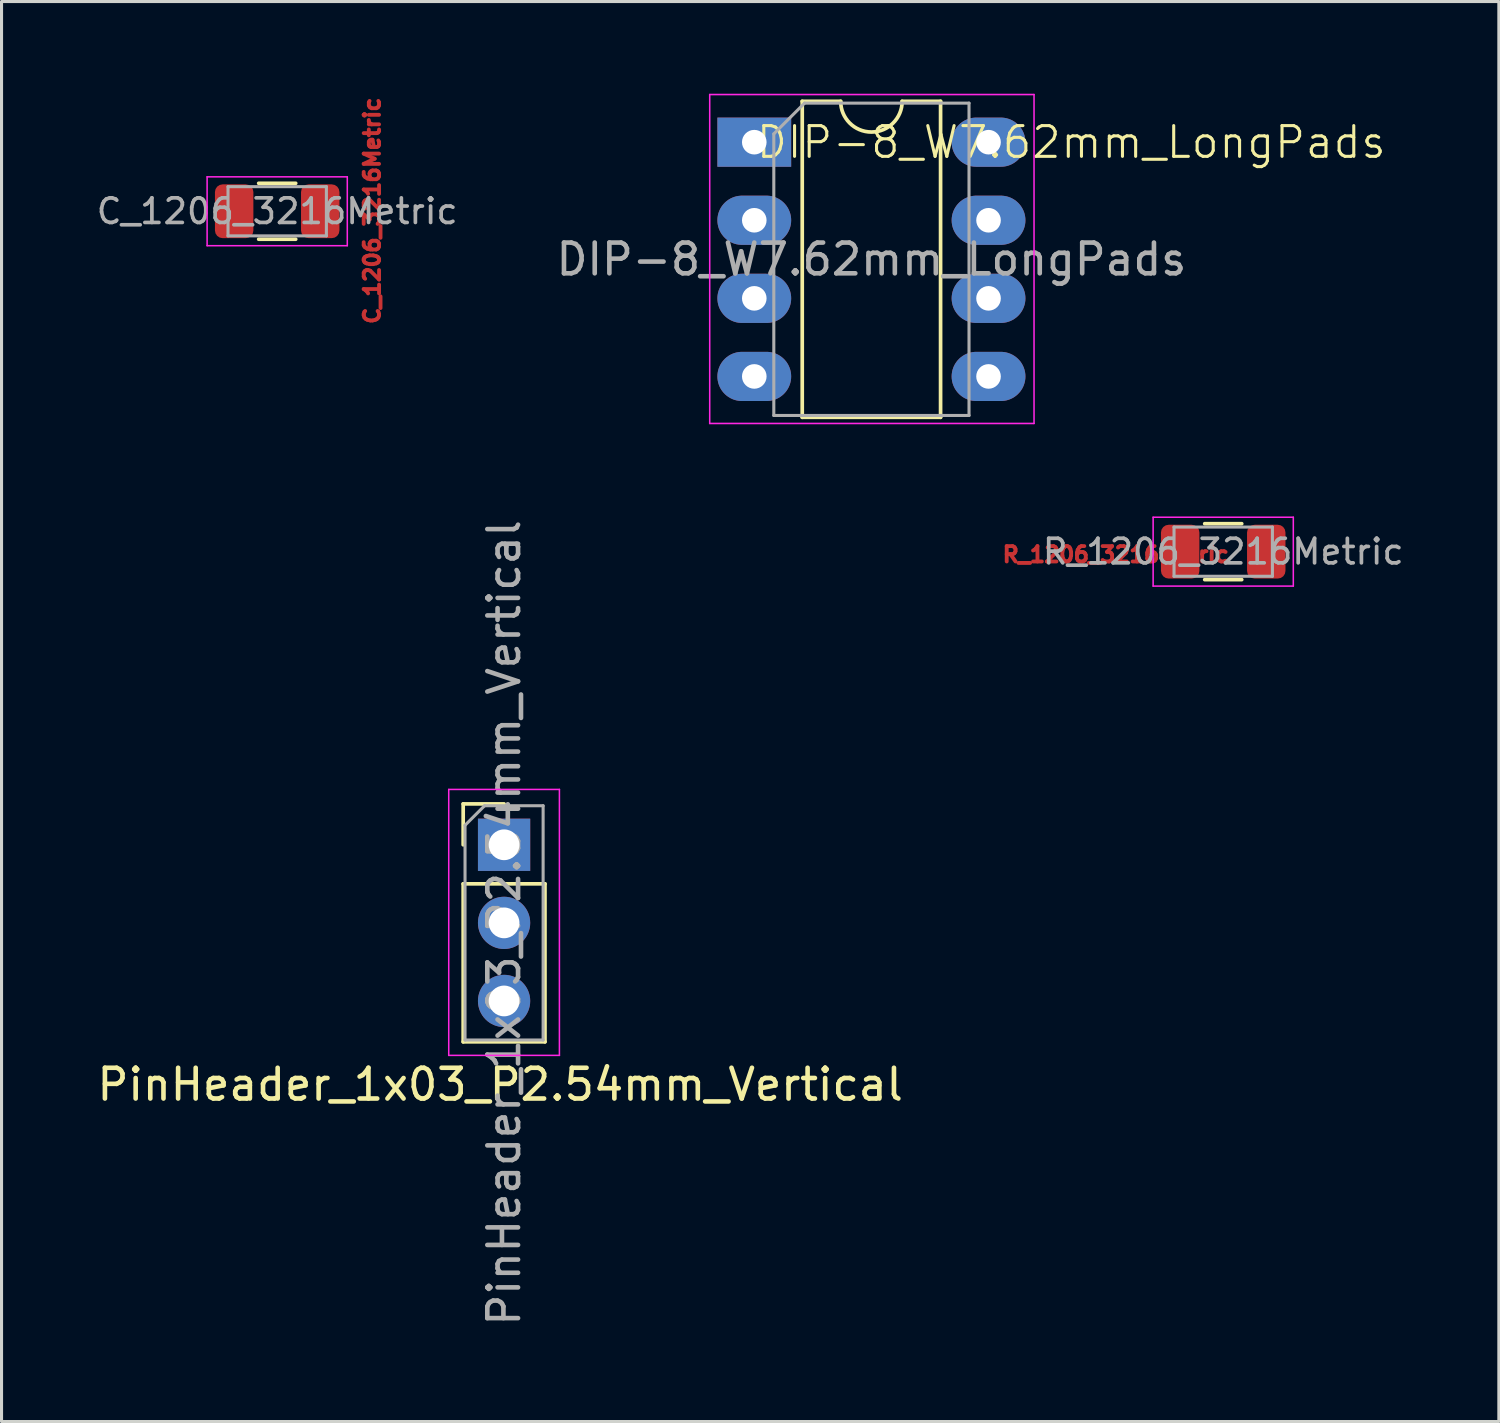
<source format=kicad_pcb>
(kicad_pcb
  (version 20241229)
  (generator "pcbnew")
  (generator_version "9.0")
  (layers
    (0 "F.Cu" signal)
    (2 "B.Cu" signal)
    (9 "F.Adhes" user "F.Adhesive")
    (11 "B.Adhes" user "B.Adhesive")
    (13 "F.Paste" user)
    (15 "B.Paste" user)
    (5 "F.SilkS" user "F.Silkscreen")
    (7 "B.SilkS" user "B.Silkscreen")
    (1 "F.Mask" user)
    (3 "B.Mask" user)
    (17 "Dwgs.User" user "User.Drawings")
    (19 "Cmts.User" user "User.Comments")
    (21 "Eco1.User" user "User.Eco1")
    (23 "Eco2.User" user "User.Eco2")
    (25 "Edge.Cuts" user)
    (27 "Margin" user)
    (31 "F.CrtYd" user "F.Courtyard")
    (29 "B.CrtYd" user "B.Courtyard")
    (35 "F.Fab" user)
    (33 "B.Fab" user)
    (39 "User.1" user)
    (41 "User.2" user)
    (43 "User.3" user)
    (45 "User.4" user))
  (footprint "DIP-8_W7.62mm_LongPads"
    (layer "F.Cu")
    (at 21.486 1.575)
    (property "Reference" "DIP-8_W7.62mm_LongPads" (at 10.31 0.003 0) (layer "F.SilkS") (effects (font (size 1 1) (thickness 0.1))))
    (attr through_hole)
    (fp_line (start 1.56 -1.33) (end 1.56 8.95) (stroke (width 0.12) (type solid)) (layer "F.SilkS"))
    (fp_line (start 1.56 8.95) (end 6.06 8.95) (stroke (width 0.12) (type solid)) (layer "F.SilkS"))
    (fp_line (start 2.81 -1.33) (end 1.56 -1.33) (stroke (width 0.12) (type solid)) (layer "F.SilkS"))
    (fp_line (start 6.06 -1.33) (end 4.81 -1.33) (stroke (width 0.12) (type solid)) (layer "F.SilkS"))
    (fp_line (start 6.06 8.95) (end 6.06 -1.33) (stroke (width 0.12) (type solid)) (layer "F.SilkS"))
    (fp_arc (start 4.81 -1.33) (mid 3.81 -0.33) (end 2.81 -1.33) (stroke (width 0.12) (type solid)) (layer "F.SilkS"))
    (fp_line (start -1.45 -1.55) (end -1.45 9.15) (stroke (width 0.05) (type solid)) (layer "F.CrtYd"))
    (fp_line (start -1.45 9.15) (end 9.1 9.15) (stroke (width 0.05) (type solid)) (layer "F.CrtYd"))
    (fp_line (start 9.1 -1.55) (end -1.45 -1.55) (stroke (width 0.05) (type solid)) (layer "F.CrtYd"))
    (fp_line (start 9.1 9.15) (end 9.1 -1.55) (stroke (width 0.05) (type solid)) (layer "F.CrtYd"))
    (fp_line (start 0.635 -0.27) (end 1.635 -1.27) (stroke (width 0.1) (type solid)) (layer "F.Fab"))
    (fp_line (start 0.635 8.89) (end 0.635 -0.27) (stroke (width 0.1) (type solid)) (layer "F.Fab"))
    (fp_line (start 1.635 -1.27) (end 6.985 -1.27) (stroke (width 0.1) (type solid)) (layer "F.Fab"))
    (fp_line (start 6.985 -1.27) (end 6.985 8.89) (stroke (width 0.1) (type solid)) (layer "F.Fab"))
    (fp_line (start 6.985 8.89) (end 0.635 8.89) (stroke (width 0.1) (type solid)) (layer "F.Fab"))
    (fp_text user "${REFERENCE}" (at 3.81 3.81 0) (layer "F.Fab") (effects (font (size 1 1) (thickness 0.15))))
    (pad "1" thru_hole rect (at 0 0) (size 2.4 1.6) (drill 0.8) (layers "*.Cu" "*.Mask"))
    (pad "2" thru_hole oval (at 0 2.54) (size 2.4 1.6) (drill 0.8) (layers "*.Cu" "*.Mask"))
    (pad "3" thru_hole oval (at 0 5.08) (size 2.4 1.6) (drill 0.8) (layers "*.Cu" "*.Mask"))
    (pad "4" thru_hole oval (at 0 7.62) (size 2.4 1.6) (drill 0.8) (layers "*.Cu" "*.Mask"))
    (pad "5" thru_hole oval (at 7.62 7.62) (size 2.4 1.6) (drill 0.8) (layers "*.Cu" "*.Mask"))
    (pad "6" thru_hole oval (at 7.62 5.08) (size 2.4 1.6) (drill 0.8) (layers "*.Cu" "*.Mask"))
    (pad "7" thru_hole oval (at 7.62 2.54) (size 2.4 1.6) (drill 0.8) (layers "*.Cu" "*.Mask"))
    (pad "8" thru_hole oval (at 7.62 0) (size 2.4 1.6) (drill 0.8) (layers "*.Cu" "*.Mask")))
  (footprint "C_1206_3216Metric"
    (layer "F.Cu")
    (at 5.967 3.822)
    (property "Reference" "C_1206_3216Metric" (at 3.089 -0.018 90) (layer "F.Cu") (effects (font (size 0.5 0.5) (thickness 0.15))))
    (attr smd)
    (fp_line (start -0.602 -0.91) (end 0.602 -0.91) (stroke (width 0.12) (type solid)) (layer "F.SilkS"))
    (fp_line (start -0.602 0.91) (end 0.602 0.91) (stroke (width 0.12) (type solid)) (layer "F.SilkS"))
    (fp_line (start -2.28 -1.12) (end 2.28 -1.12) (stroke (width 0.05) (type solid)) (layer "F.CrtYd"))
    (fp_line (start -2.28 1.12) (end -2.28 -1.12) (stroke (width 0.05) (type solid)) (layer "F.CrtYd"))
    (fp_line (start 2.28 -1.12) (end 2.28 1.12) (stroke (width 0.05) (type solid)) (layer "F.CrtYd"))
    (fp_line (start 2.28 1.12) (end -2.28 1.12) (stroke (width 0.05) (type solid)) (layer "F.CrtYd"))
    (fp_line (start -1.6 -0.8) (end 1.6 -0.8) (stroke (width 0.1) (type solid)) (layer "F.Fab"))
    (fp_line (start -1.6 0.8) (end -1.6 -0.8) (stroke (width 0.1) (type solid)) (layer "F.Fab"))
    (fp_line (start 1.6 -0.8) (end 1.6 0.8) (stroke (width 0.1) (type solid)) (layer "F.Fab"))
    (fp_line (start 1.6 0.8) (end -1.6 0.8) (stroke (width 0.1) (type solid)) (layer "F.Fab"))
    (fp_text user "${REFERENCE}" (at 0 0 0) (layer "F.Fab") (effects (font (size 0.8 0.8) (thickness 0.12))))
    (pad "1" smd roundrect (at -1.4 0) (size 1.25 1.75) (layers "F.Cu" "F.Mask" "F.Paste") (roundrect_rratio 0.2))
    (pad "2" smd roundrect (at 1.4 0) (size 1.25 1.75) (layers "F.Cu" "F.Mask" "F.Paste") (roundrect_rratio 0.2)))
  (footprint "PinHeader_1x03_P2.54mm_Vertical"
    (layer "F.Cu")
    (at 13.347 24.43)
    (property "Reference" "PinHeader_1x03_P2.54mm_Vertical" (at -0.127 7.798 0) (layer "F.SilkS") (effects (font (size 1 1) (thickness 0.15))))
    (attr through_hole)
    (fp_line (start -1.33 -1.33) (end 0 -1.33) (stroke (width 0.12) (type solid)) (layer "F.SilkS"))
    (fp_line (start -1.33 0) (end -1.33 -1.33) (stroke (width 0.12) (type solid)) (layer "F.SilkS"))
    (fp_line (start -1.33 1.27) (end -1.33 6.41) (stroke (width 0.12) (type solid)) (layer "F.SilkS"))
    (fp_line (start -1.33 1.27) (end 1.33 1.27) (stroke (width 0.12) (type solid)) (layer "F.SilkS"))
    (fp_line (start -1.33 6.41) (end 1.33 6.41) (stroke (width 0.12) (type solid)) (layer "F.SilkS"))
    (fp_line (start 1.33 1.27) (end 1.33 6.41) (stroke (width 0.12) (type solid)) (layer "F.SilkS"))
    (fp_line (start -1.8 -1.8) (end -1.8 6.85) (stroke (width 0.05) (type solid)) (layer "F.CrtYd"))
    (fp_line (start -1.8 6.85) (end 1.8 6.85) (stroke (width 0.05) (type solid)) (layer "F.CrtYd"))
    (fp_line (start 1.8 -1.8) (end -1.8 -1.8) (stroke (width 0.05) (type solid)) (layer "F.CrtYd"))
    (fp_line (start 1.8 6.85) (end 1.8 -1.8) (stroke (width 0.05) (type solid)) (layer "F.CrtYd"))
    (fp_line (start -1.27 -0.635) (end -0.635 -1.27) (stroke (width 0.1) (type solid)) (layer "F.Fab"))
    (fp_line (start -1.27 6.35) (end -1.27 -0.635) (stroke (width 0.1) (type solid)) (layer "F.Fab"))
    (fp_line (start -0.635 -1.27) (end 1.27 -1.27) (stroke (width 0.1) (type solid)) (layer "F.Fab"))
    (fp_line (start 1.27 -1.27) (end 1.27 6.35) (stroke (width 0.1) (type solid)) (layer "F.Fab"))
    (fp_line (start 1.27 6.35) (end -1.27 6.35) (stroke (width 0.1) (type solid)) (layer "F.Fab"))
    (fp_text user "${REFERENCE}" (at 0 2.54 90) (layer "F.Fab") (effects (font (size 1 1) (thickness 0.15))))
    (pad "1" thru_hole rect (at 0 0) (size 1.7 1.7) (drill 1) (layers "*.Cu" "*.Mask"))
    (pad "2" thru_hole oval (at 0 2.54) (size 1.7 1.7) (drill 1) (layers "*.Cu" "*.Mask"))
    (pad "3" thru_hole oval (at 0 5.08) (size 1.7 1.7) (drill 1) (layers "*.Cu" "*.Mask")))
  (footprint "R_1206_3216Metric"
    (layer "F.Cu")
    (at 36.74 14.895)
    (property "Reference" "R_1206_3216Metric" (at -3.495 0.094 0) (layer "F.Cu") (effects (font (size 0.5 0.5) (thickness 0.15))))
    (attr smd)
    (fp_line (start -0.602 -0.91) (end 0.602 -0.91) (stroke (width 0.12) (type solid)) (layer "F.SilkS"))
    (fp_line (start -0.602 0.91) (end 0.602 0.91) (stroke (width 0.12) (type solid)) (layer "F.SilkS"))
    (fp_line (start -2.28 -1.12) (end 2.28 -1.12) (stroke (width 0.05) (type solid)) (layer "F.CrtYd"))
    (fp_line (start -2.28 1.12) (end -2.28 -1.12) (stroke (width 0.05) (type solid)) (layer "F.CrtYd"))
    (fp_line (start 2.28 -1.12) (end 2.28 1.12) (stroke (width 0.05) (type solid)) (layer "F.CrtYd"))
    (fp_line (start 2.28 1.12) (end -2.28 1.12) (stroke (width 0.05) (type solid)) (layer "F.CrtYd"))
    (fp_line (start -1.6 -0.8) (end 1.6 -0.8) (stroke (width 0.1) (type solid)) (layer "F.Fab"))
    (fp_line (start -1.6 0.8) (end -1.6 -0.8) (stroke (width 0.1) (type solid)) (layer "F.Fab"))
    (fp_line (start 1.6 -0.8) (end 1.6 0.8) (stroke (width 0.1) (type solid)) (layer "F.Fab"))
    (fp_line (start 1.6 0.8) (end -1.6 0.8) (stroke (width 0.1) (type solid)) (layer "F.Fab"))
    (fp_text user "${REFERENCE}" (at 0 0 0) (layer "F.Fab") (effects (font (size 0.8 0.8) (thickness 0.12))))
    (pad "1" smd roundrect (at -1.4 0) (size 1.25 1.75) (layers "F.Cu" "F.Mask" "F.Paste") (roundrect_rratio 0.2))
    (pad "2" smd roundrect (at 1.4 0) (size 1.25 1.75) (layers "F.Cu" "F.Mask" "F.Paste") (roundrect_rratio 0.2)))
  (gr_rect
    (start -3 -3)
    (end 45.706 43.19)
    (stroke (width 0.1) (type default))
    (fill no)
    (layer "Edge.Cuts")))
</source>
